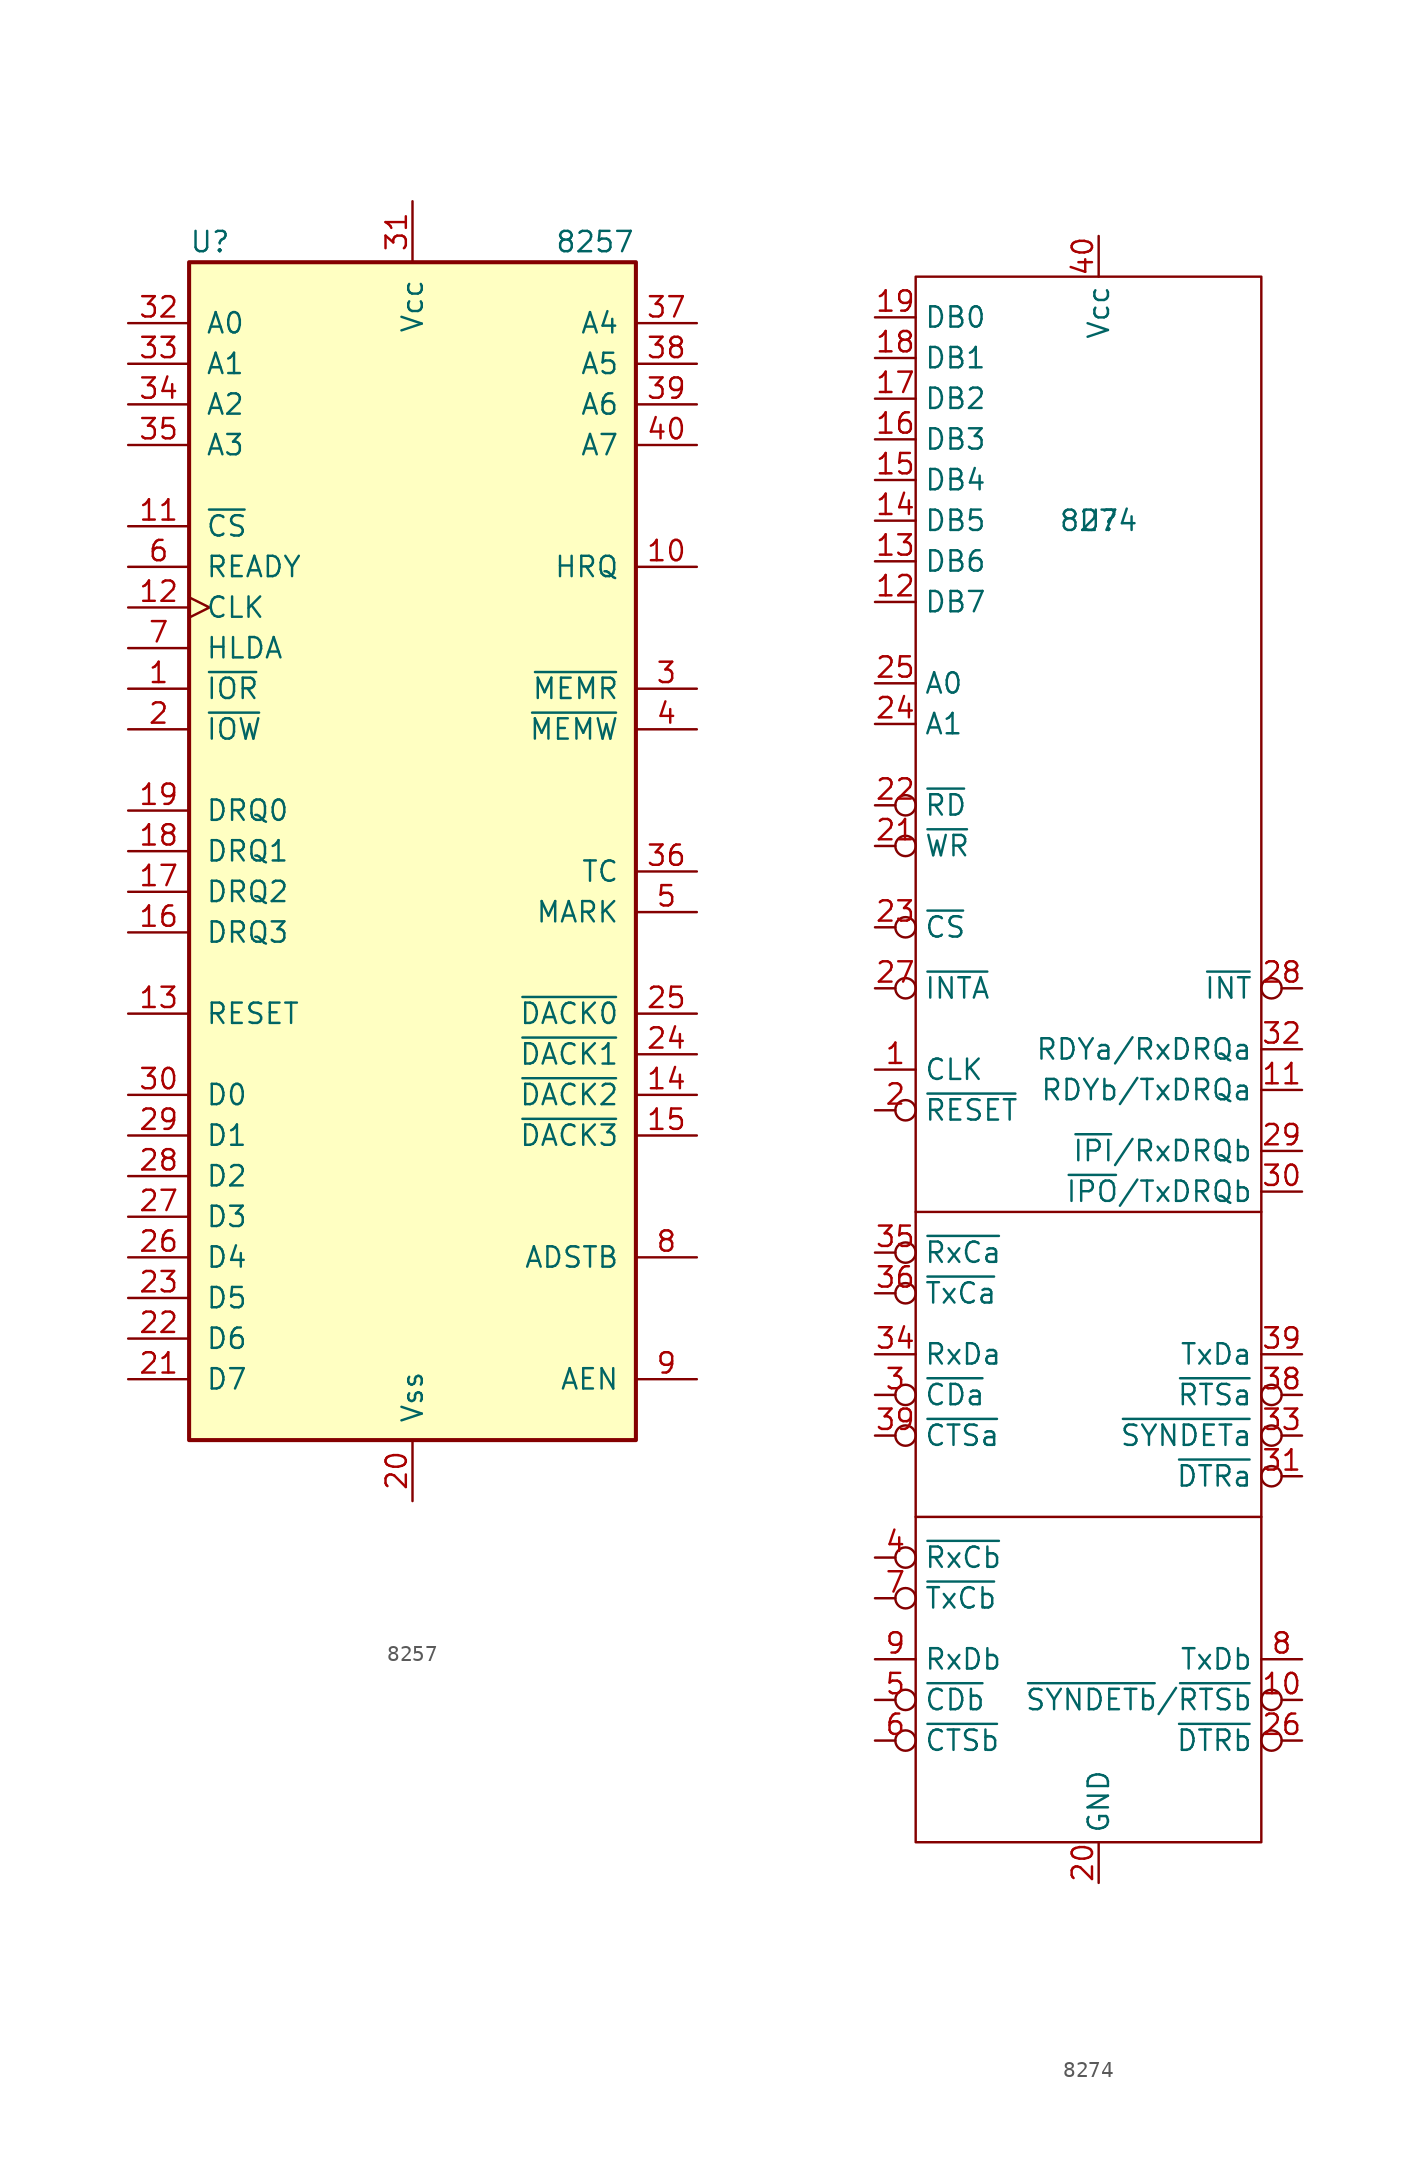
<source format=kicad_sym>
(kicad_symbol_lib
  (version 20220914)
  (generator kicad_symbol_editor)
  (symbol "8257"
    (pin_names
      (offset 1.016))
    (property "Reference" "U"
      (at -13.97 38.1 0)
      (effects (font (size 1.27 1.27)) (justify left)))
    (property "Value" "8257"
      (at 8.89 38.1 0)
      (effects (font (size 1.27 1.27)) (justify left)))
    (symbol "8257_1_1"
      (rectangle (start -13.97 36.83) (end 13.97 -36.83) (stroke (width 0.254) (type default)) (fill (type background)))
      (pin bidirectional line (at -17.78 10.16 0) (length 3.81) (name "~{IOR}" (effects (font (size 1.27 1.27)))) (number "1" (effects (font (size 1.27 1.27)))))
      (pin output line (at 17.78 17.78 180) (length 3.81) (name "HRQ" (effects (font (size 1.27 1.27)))) (number "10" (effects (font (size 1.27 1.27)))))
      (pin input line (at -17.78 20.32 0) (length 3.81) (name "~{CS}" (effects (font (size 1.27 1.27)))) (number "11" (effects (font (size 1.27 1.27)))))
      (pin input clock (at -17.78 15.24 0) (length 3.81) (name "CLK" (effects (font (size 1.27 1.27)))) (number "12" (effects (font (size 1.27 1.27)))))
      (pin input line (at -17.78 -10.16 0) (length 3.81) (name "RESET" (effects (font (size 1.27 1.27)))) (number "13" (effects (font (size 1.27 1.27)))))
      (pin output line (at 17.78 -15.24 180) (length 3.81) (name "~{DACK2}" (effects (font (size 1.27 1.27)))) (number "14" (effects (font (size 1.27 1.27)))))
      (pin output line (at 17.78 -17.78 180) (length 3.81) (name "~{DACK3}" (effects (font (size 1.27 1.27)))) (number "15" (effects (font (size 1.27 1.27)))))
      (pin input line (at -17.78 -5.08 0) (length 3.81) (name "DRQ3" (effects (font (size 1.27 1.27)))) (number "16" (effects (font (size 1.27 1.27)))))
      (pin input line (at -17.78 -2.54 0) (length 3.81) (name "DRQ2" (effects (font (size 1.27 1.27)))) (number "17" (effects (font (size 1.27 1.27)))))
      (pin input line (at -17.78 0 0) (length 3.81) (name "DRQ1" (effects (font (size 1.27 1.27)))) (number "18" (effects (font (size 1.27 1.27)))))
      (pin input line (at -17.78 2.54 0) (length 3.81) (name "DRQ0" (effects (font (size 1.27 1.27)))) (number "19" (effects (font (size 1.27 1.27)))))
      (pin bidirectional line (at -17.78 7.62 0) (length 3.81) (name "~{IOW}" (effects (font (size 1.27 1.27)))) (number "2" (effects (font (size 1.27 1.27)))))
      (pin power_in line (at 0 -40.64 90) (length 3.81) (name "Vss" (effects (font (size 1.27 1.27)))) (number "20" (effects (font (size 1.27 1.27)))))
      (pin bidirectional line (at -17.78 -33.02 0) (length 3.81) (name "D7" (effects (font (size 1.27 1.27)))) (number "21" (effects (font (size 1.27 1.27)))))
      (pin bidirectional line (at -17.78 -30.48 0) (length 3.81) (name "D6" (effects (font (size 1.27 1.27)))) (number "22" (effects (font (size 1.27 1.27)))))
      (pin bidirectional line (at -17.78 -27.94 0) (length 3.81) (name "D5" (effects (font (size 1.27 1.27)))) (number "23" (effects (font (size 1.27 1.27)))))
      (pin output line (at 17.78 -12.7 180) (length 3.81) (name "~{DACK1}" (effects (font (size 1.27 1.27)))) (number "24" (effects (font (size 1.27 1.27)))))
      (pin output line (at 17.78 -10.16 180) (length 3.81) (name "~{DACK0}" (effects (font (size 1.27 1.27)))) (number "25" (effects (font (size 1.27 1.27)))))
      (pin bidirectional line (at -17.78 -25.4 0) (length 3.81) (name "D4" (effects (font (size 1.27 1.27)))) (number "26" (effects (font (size 1.27 1.27)))))
      (pin bidirectional line (at -17.78 -22.86 0) (length 3.81) (name "D3" (effects (font (size 1.27 1.27)))) (number "27" (effects (font (size 1.27 1.27)))))
      (pin bidirectional line (at -17.78 -20.32 0) (length 3.81) (name "D2" (effects (font (size 1.27 1.27)))) (number "28" (effects (font (size 1.27 1.27)))))
      (pin bidirectional line (at -17.78 -17.78 0) (length 3.81) (name "D1" (effects (font (size 1.27 1.27)))) (number "29" (effects (font (size 1.27 1.27)))))
      (pin tri_state line (at 17.78 10.16 180) (length 3.81) (name "~{MEMR}" (effects (font (size 1.27 1.27)))) (number "3" (effects (font (size 1.27 1.27)))))
      (pin bidirectional line (at -17.78 -15.24 0) (length 3.81) (name "D0" (effects (font (size 1.27 1.27)))) (number "30" (effects (font (size 1.27 1.27)))))
      (pin power_in line (at 0 40.64 270) (length 3.81) (name "Vcc" (effects (font (size 1.27 1.27)))) (number "31" (effects (font (size 1.27 1.27)))))
      (pin bidirectional line (at -17.78 33.02 0) (length 3.81) (name "A0" (effects (font (size 1.27 1.27)))) (number "32" (effects (font (size 1.27 1.27)))))
      (pin bidirectional line (at -17.78 30.48 0) (length 3.81) (name "A1" (effects (font (size 1.27 1.27)))) (number "33" (effects (font (size 1.27 1.27)))))
      (pin bidirectional line (at -17.78 27.94 0) (length 3.81) (name "A2" (effects (font (size 1.27 1.27)))) (number "34" (effects (font (size 1.27 1.27)))))
      (pin bidirectional line (at -17.78 25.4 0) (length 3.81) (name "A3" (effects (font (size 1.27 1.27)))) (number "35" (effects (font (size 1.27 1.27)))))
      (pin output line (at 17.78 -1.27 180) (length 3.81) (name "TC" (effects (font (size 1.27 1.27)))) (number "36" (effects (font (size 1.27 1.27)))))
      (pin tri_state line (at 17.78 33.02 180) (length 3.81) (name "A4" (effects (font (size 1.27 1.27)))) (number "37" (effects (font (size 1.27 1.27)))))
      (pin tri_state line (at 17.78 30.48 180) (length 3.81) (name "A5" (effects (font (size 1.27 1.27)))) (number "38" (effects (font (size 1.27 1.27)))))
      (pin tri_state line (at 17.78 27.94 180) (length 3.81) (name "A6" (effects (font (size 1.27 1.27)))) (number "39" (effects (font (size 1.27 1.27)))))
      (pin tri_state line (at 17.78 7.62 180) (length 3.81) (name "~{MEMW}" (effects (font (size 1.27 1.27)))) (number "4" (effects (font (size 1.27 1.27)))))
      (pin tri_state line (at 17.78 25.4 180) (length 3.81) (name "A7" (effects (font (size 1.27 1.27)))) (number "40" (effects (font (size 1.27 1.27)))))
      (pin output line (at 17.78 -3.81 180) (length 3.81) (name "MARK" (effects (font (size 1.27 1.27)))) (number "5" (effects (font (size 1.27 1.27)))))
      (pin input line (at -17.78 17.78 0) (length 3.81) (name "READY" (effects (font (size 1.27 1.27)))) (number "6" (effects (font (size 1.27 1.27)))))
      (pin input line (at -17.78 12.7 0) (length 3.81) (name "HLDA" (effects (font (size 1.27 1.27)))) (number "7" (effects (font (size 1.27 1.27)))))
      (pin output line (at 17.78 -25.4 180) (length 3.81) (name "ADSTB" (effects (font (size 1.27 1.27)))) (number "8" (effects (font (size 1.27 1.27)))))
      (pin output line (at 17.78 -33.02 180) (length 3.81) (name "AEN" (effects (font (size 1.27 1.27)))) (number "9" (effects (font (size 1.27 1.27)))))))
  (symbol "8274"
    (property "Reference" "U"
      (at 0 0 0)
      (effects (font (size 1.27 1.27))))
    (property "Value" "8274"
      (at 0 0 0)
      (effects (font (size 1.27 1.27))))
    (symbol "8274_0_1"
      (rectangle (start -11.43 15.24) (end 10.16 -82.55) (stroke (width 0) (type default)) (fill (type none)))
      (polyline (pts (xy -11.43 -62.23) (xy 10.16 -62.23)) (stroke (width 0) (type default)) (fill (type none)))
      (polyline (pts (xy -11.43 -43.18) (xy 10.16 -43.18)) (stroke (width 0) (type default)) (fill (type none))))
    (symbol "8274_1_0"
      (pin input line (at -13.97 -34.29 0) (length 2.54) (name "CLK" (effects (font (size 1.27 1.27)))) (number "1" (effects (font (size 1.27 1.27)))))
      (pin output inverted (at 12.7 -73.66 180) (length 2.54) (name "~{SYNDETb}/~{RTSb}" (effects (font (size 1.27 1.27)))) (number "10" (effects (font (size 1.27 1.27)))))
      (pin output line (at 12.7 -35.56 180) (length 2.54) (name "RDYb/TxDRQa" (effects (font (size 1.27 1.27)))) (number "11" (effects (font (size 1.27 1.27)))))
      (pin tri_state line (at -13.97 -5.08 0) (length 2.54) (name "DB7" (effects (font (size 1.27 1.27)))) (number "12" (effects (font (size 1.27 1.27)))))
      (pin tri_state line (at -13.97 -2.54 0) (length 2.54) (name "DB6" (effects (font (size 1.27 1.27)))) (number "13" (effects (font (size 1.27 1.27)))))
      (pin tri_state line (at -13.97 0 0) (length 2.54) (name "DB5" (effects (font (size 1.27 1.27)))) (number "14" (effects (font (size 1.27 1.27)))))
      (pin tri_state line (at -13.97 2.54 0) (length 2.54) (name "DB4" (effects (font (size 1.27 1.27)))) (number "15" (effects (font (size 1.27 1.27)))))
      (pin tri_state line (at -13.97 5.08 0) (length 2.54) (name "DB3" (effects (font (size 1.27 1.27)))) (number "16" (effects (font (size 1.27 1.27)))))
      (pin tri_state line (at -13.97 7.62 0) (length 2.54) (name "DB2" (effects (font (size 1.27 1.27)))) (number "17" (effects (font (size 1.27 1.27)))))
      (pin tri_state line (at -13.97 10.16 0) (length 2.54) (name "DB1" (effects (font (size 1.27 1.27)))) (number "18" (effects (font (size 1.27 1.27)))))
      (pin tri_state line (at -13.97 12.7 0) (length 2.54) (name "DB0" (effects (font (size 1.27 1.27)))) (number "19" (effects (font (size 1.27 1.27)))))
      (pin input inverted (at -13.97 -36.83 0) (length 2.54) (name "~{RESET}" (effects (font (size 1.27 1.27)))) (number "2" (effects (font (size 1.27 1.27)))))
      (pin power_in line (at 0 -85.09 90) (length 2.54) (name "GND" (effects (font (size 1.27 1.27)))) (number "20" (effects (font (size 1.27 1.27)))))
      (pin input inverted (at -13.97 -20.32 0) (length 2.54) (name "~{WR}" (effects (font (size 1.27 1.27)))) (number "21" (effects (font (size 1.27 1.27)))))
      (pin input inverted (at -13.97 -17.78 0) (length 2.54) (name "~{RD}" (effects (font (size 1.27 1.27)))) (number "22" (effects (font (size 1.27 1.27)))))
      (pin input inverted (at -13.97 -25.4 0) (length 2.54) (name "~{CS}" (effects (font (size 1.27 1.27)))) (number "23" (effects (font (size 1.27 1.27)))))
      (pin input line (at -13.97 -12.7 0) (length 2.54) (name "A1" (effects (font (size 1.27 1.27)))) (number "24" (effects (font (size 1.27 1.27)))))
      (pin input line (at -13.97 -10.16 0) (length 2.54) (name "A0" (effects (font (size 1.27 1.27)))) (number "25" (effects (font (size 1.27 1.27)))))
      (pin output inverted (at 12.7 -76.2 180) (length 2.54) (name "~{DTRb}" (effects (font (size 1.27 1.27)))) (number "26" (effects (font (size 1.27 1.27)))))
      (pin input inverted (at -13.97 -29.21 0) (length 2.54) (name "~{INTA}" (effects (font (size 1.27 1.27)))) (number "27" (effects (font (size 1.27 1.27)))))
      (pin output inverted (at 12.7 -29.21 180) (length 2.54) (name "~{INT}" (effects (font (size 1.27 1.27)))) (number "28" (effects (font (size 1.27 1.27)))))
      (pin bidirectional line (at 12.7 -39.37 180) (length 2.54) (name "~{IPI}/RxDRQb" (effects (font (size 1.27 1.27)))) (number "29" (effects (font (size 1.27 1.27)))))
      (pin input inverted (at -13.97 -54.61 0) (length 2.54) (name "~{CDa}" (effects (font (size 1.27 1.27)))) (number "3" (effects (font (size 1.27 1.27)))))
      (pin output line (at 12.7 -41.91 180) (length 2.54) (name "~{IPO}/TxDRQb" (effects (font (size 1.27 1.27)))) (number "30" (effects (font (size 1.27 1.27)))))
      (pin output inverted (at 12.7 -59.69 180) (length 2.54) (name "~{DTRa}" (effects (font (size 1.27 1.27)))) (number "31" (effects (font (size 1.27 1.27)))))
      (pin output line (at 12.7 -33.02 180) (length 2.54) (name "RDYa/RxDRQa" (effects (font (size 1.27 1.27)))) (number "32" (effects (font (size 1.27 1.27)))))
      (pin output inverted (at 12.7 -57.15 180) (length 2.54) (name "~{SYNDETa}" (effects (font (size 1.27 1.27)))) (number "33" (effects (font (size 1.27 1.27)))))
      (pin input line (at -13.97 -52.07 0) (length 2.54) (name "RxDa" (effects (font (size 1.27 1.27)))) (number "34" (effects (font (size 1.27 1.27)))))
      (pin input inverted (at -13.97 -45.72 0) (length 2.54) (name "~{RxCa}" (effects (font (size 1.27 1.27)))) (number "35" (effects (font (size 1.27 1.27)))))
      (pin input inverted (at -13.97 -48.26 0) (length 2.54) (name "~{TxCa}" (effects (font (size 1.27 1.27)))) (number "36" (effects (font (size 1.27 1.27)))))
      (pin output inverted (at 12.7 -54.61 180) (length 2.54) (name "~{RTSa}" (effects (font (size 1.27 1.27)))) (number "38" (effects (font (size 1.27 1.27)))))
      (pin output line (at 12.7 -52.07 180) (length 2.54) (name "TxDa" (effects (font (size 1.27 1.27)))) (number "39" (effects (font (size 1.27 1.27)))))
      (pin input inverted (at -13.97 -57.15 0) (length 2.54) (name "~{CTSa}" (effects (font (size 1.27 1.27)))) (number "39" (effects (font (size 1.27 1.27)))))
      (pin input inverted (at -13.97 -64.77 0) (length 2.54) (name "~{RxCb}" (effects (font (size 1.27 1.27)))) (number "4" (effects (font (size 1.27 1.27)))))
      (pin power_in line (at 0 17.78 270) (length 2.54) (name "Vcc" (effects (font (size 1.27 1.27)))) (number "40" (effects (font (size 1.27 1.27)))))
      (pin input inverted (at -13.97 -73.66 0) (length 2.54) (name "~{CDb}" (effects (font (size 1.27 1.27)))) (number "5" (effects (font (size 1.27 1.27)))))
      (pin input inverted (at -13.97 -76.2 0) (length 2.54) (name "~{CTSb}" (effects (font (size 1.27 1.27)))) (number "6" (effects (font (size 1.27 1.27)))))
      (pin input inverted (at -13.97 -67.31 0) (length 2.54) (name "~{TxCb}" (effects (font (size 1.27 1.27)))) (number "7" (effects (font (size 1.27 1.27)))))
      (pin output line (at 12.7 -71.12 180) (length 2.54) (name "TxDb" (effects (font (size 1.27 1.27)))) (number "8" (effects (font (size 1.27 1.27)))))
      (pin input line (at -13.97 -71.12 0) (length 2.54) (name "RxDb" (effects (font (size 1.27 1.27)))) (number "9" (effects (font (size 1.27 1.27))))))))
</source>
